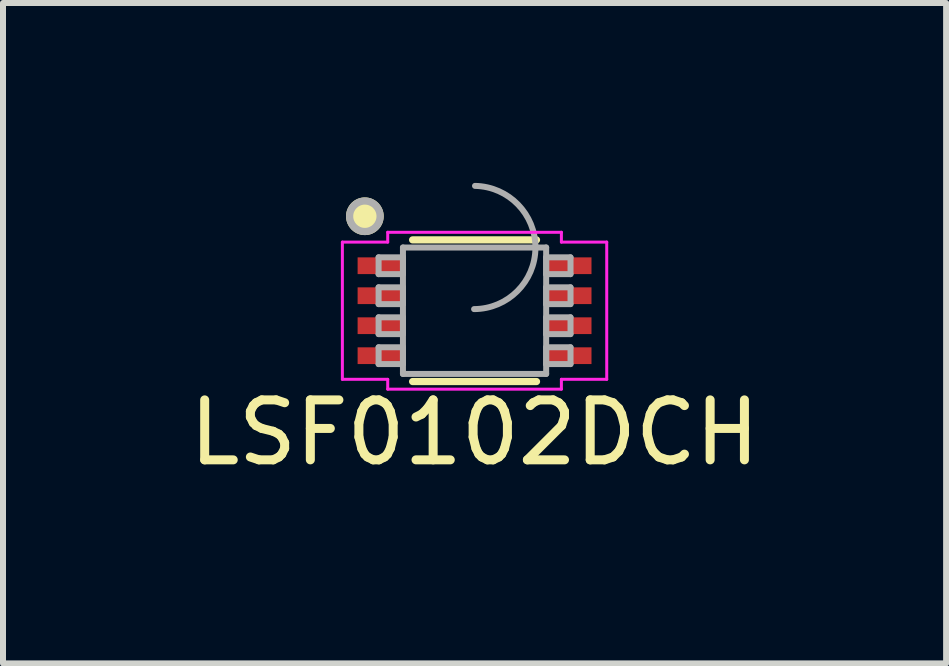
<source format=kicad_pcb>
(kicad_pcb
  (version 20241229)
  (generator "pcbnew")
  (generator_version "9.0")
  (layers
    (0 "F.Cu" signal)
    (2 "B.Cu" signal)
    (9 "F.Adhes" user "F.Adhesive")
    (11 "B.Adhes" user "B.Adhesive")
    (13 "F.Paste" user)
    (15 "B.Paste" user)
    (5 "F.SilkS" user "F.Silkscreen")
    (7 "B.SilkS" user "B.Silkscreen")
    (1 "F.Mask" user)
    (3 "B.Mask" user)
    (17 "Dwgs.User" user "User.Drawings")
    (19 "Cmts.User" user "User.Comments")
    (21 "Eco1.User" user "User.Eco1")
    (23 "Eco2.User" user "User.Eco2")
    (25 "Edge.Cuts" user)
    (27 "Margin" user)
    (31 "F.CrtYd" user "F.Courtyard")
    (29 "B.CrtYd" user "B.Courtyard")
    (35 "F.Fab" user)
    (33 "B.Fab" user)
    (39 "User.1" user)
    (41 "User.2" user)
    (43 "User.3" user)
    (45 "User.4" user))
  (footprint "LSF0102DCH"
    (layer "F.Cu")
    (at 4.863 2.131)
    (property "Reference" "LSF0102DCH" (at 0 2.032 0) (layer "F.SilkS") (effects (font (size 1 1) (thickness 0.15))))
    (attr through_hole)
    (fp_line (start -1.033 1.181) (end 1.033 1.181) (stroke (width 0.12) (type solid)) (layer "F.SilkS"))
    (fp_line (start 1.033 -1.181) (end -1.033 -1.181) (stroke (width 0.12) (type solid)) (layer "F.SilkS"))
    (fp_circle (center -1.829 -1.575) (end -1.575 -1.575) (stroke (width 0.12) (type solid)) (fill yes) (layer "F.SilkS"))
    (fp_line (start -2.204 -1.144) (end -1.448 -1.144) (stroke (width 0.05) (type solid)) (layer "F.CrtYd"))
    (fp_line (start -2.204 1.144) (end -2.204 -1.144) (stroke (width 0.05) (type solid)) (layer "F.CrtYd"))
    (fp_line (start -1.448 -1.308) (end 1.448 -1.308) (stroke (width 0.05) (type solid)) (layer "F.CrtYd"))
    (fp_line (start -1.448 -1.144) (end -1.448 -1.308) (stroke (width 0.05) (type solid)) (layer "F.CrtYd"))
    (fp_line (start -1.448 1.144) (end -2.204 1.144) (stroke (width 0.05) (type solid)) (layer "F.CrtYd"))
    (fp_line (start -1.448 1.308) (end -1.448 1.144) (stroke (width 0.05) (type solid)) (layer "F.CrtYd"))
    (fp_line (start 1.448 -1.308) (end 1.448 -1.144) (stroke (width 0.05) (type solid)) (layer "F.CrtYd"))
    (fp_line (start 1.448 -1.144) (end 2.204 -1.144) (stroke (width 0.05) (type solid)) (layer "F.CrtYd"))
    (fp_line (start 1.448 1.144) (end 1.448 1.308) (stroke (width 0.05) (type solid)) (layer "F.CrtYd"))
    (fp_line (start 1.448 1.308) (end -1.448 1.308) (stroke (width 0.05) (type solid)) (layer "F.CrtYd"))
    (fp_line (start 2.204 -1.144) (end 2.204 1.144) (stroke (width 0.05) (type solid)) (layer "F.CrtYd"))
    (fp_line (start 2.204 1.144) (end 1.448 1.144) (stroke (width 0.05) (type solid)) (layer "F.CrtYd"))
    (fp_line (start -1.6 -0.89) (end -1.6 -0.61) (stroke (width 0.1) (type solid)) (layer "F.Fab"))
    (fp_line (start -1.6 -0.61) (end -1.194 -0.61) (stroke (width 0.1) (type solid)) (layer "F.Fab"))
    (fp_line (start -1.6 -0.39) (end -1.6 -0.11) (stroke (width 0.1) (type solid)) (layer "F.Fab"))
    (fp_line (start -1.6 -0.11) (end -1.194 -0.11) (stroke (width 0.1) (type solid)) (layer "F.Fab"))
    (fp_line (start -1.6 0.11) (end -1.6 0.39) (stroke (width 0.1) (type solid)) (layer "F.Fab"))
    (fp_line (start -1.6 0.39) (end -1.194 0.39) (stroke (width 0.1) (type solid)) (layer "F.Fab"))
    (fp_line (start -1.6 0.61) (end -1.6 0.89) (stroke (width 0.1) (type solid)) (layer "F.Fab"))
    (fp_line (start -1.6 0.89) (end -1.194 0.89) (stroke (width 0.1) (type solid)) (layer "F.Fab"))
    (fp_line (start -1.194 -1.054) (end -1.194 1.054) (stroke (width 0.1) (type solid)) (layer "F.Fab"))
    (fp_line (start -1.194 -0.89) (end -1.6 -0.89) (stroke (width 0.1) (type solid)) (layer "F.Fab"))
    (fp_line (start -1.194 -0.61) (end -1.194 -0.89) (stroke (width 0.1) (type solid)) (layer "F.Fab"))
    (fp_line (start -1.194 -0.39) (end -1.6 -0.39) (stroke (width 0.1) (type solid)) (layer "F.Fab"))
    (fp_line (start -1.194 -0.11) (end -1.194 -0.39) (stroke (width 0.1) (type solid)) (layer "F.Fab"))
    (fp_line (start -1.194 0.11) (end -1.6 0.11) (stroke (width 0.1) (type solid)) (layer "F.Fab"))
    (fp_line (start -1.194 0.39) (end -1.194 0.11) (stroke (width 0.1) (type solid)) (layer "F.Fab"))
    (fp_line (start -1.194 0.61) (end -1.6 0.61) (stroke (width 0.1) (type solid)) (layer "F.Fab"))
    (fp_line (start -1.194 0.89) (end -1.194 0.61) (stroke (width 0.1) (type solid)) (layer "F.Fab"))
    (fp_line (start -1.194 1.054) (end 1.194 1.054) (stroke (width 0.1) (type solid)) (layer "F.Fab"))
    (fp_line (start 1.194 -1.054) (end -1.194 -1.054) (stroke (width 0.1) (type solid)) (layer "F.Fab"))
    (fp_line (start 1.194 -0.89) (end 1.194 -0.61) (stroke (width 0.1) (type solid)) (layer "F.Fab"))
    (fp_line (start 1.194 -0.61) (end 1.6 -0.61) (stroke (width 0.1) (type solid)) (layer "F.Fab"))
    (fp_line (start 1.194 -0.39) (end 1.194 -0.11) (stroke (width 0.1) (type solid)) (layer "F.Fab"))
    (fp_line (start 1.194 -0.11) (end 1.6 -0.11) (stroke (width 0.1) (type solid)) (layer "F.Fab"))
    (fp_line (start 1.194 0.11) (end 1.194 0.39) (stroke (width 0.1) (type solid)) (layer "F.Fab"))
    (fp_line (start 1.194 0.39) (end 1.6 0.39) (stroke (width 0.1) (type solid)) (layer "F.Fab"))
    (fp_line (start 1.194 0.61) (end 1.194 0.89) (stroke (width 0.1) (type solid)) (layer "F.Fab"))
    (fp_line (start 1.194 0.89) (end 1.6 0.89) (stroke (width 0.1) (type solid)) (layer "F.Fab"))
    (fp_line (start 1.194 1.054) (end 1.194 -1.054) (stroke (width 0.1) (type solid)) (layer "F.Fab"))
    (fp_line (start 1.6 -0.89) (end 1.194 -0.89) (stroke (width 0.1) (type solid)) (layer "F.Fab"))
    (fp_line (start 1.6 -0.61) (end 1.6 -0.89) (stroke (width 0.1) (type solid)) (layer "F.Fab"))
    (fp_line (start 1.6 -0.39) (end 1.194 -0.39) (stroke (width 0.1) (type solid)) (layer "F.Fab"))
    (fp_line (start 1.6 -0.11) (end 1.6 -0.39) (stroke (width 0.1) (type solid)) (layer "F.Fab"))
    (fp_line (start 1.6 0.11) (end 1.194 0.11) (stroke (width 0.1) (type solid)) (layer "F.Fab"))
    (fp_line (start 1.6 0.39) (end 1.6 0.11) (stroke (width 0.1) (type solid)) (layer "F.Fab"))
    (fp_line (start 1.6 0.61) (end 1.194 0.61) (stroke (width 0.1) (type solid)) (layer "F.Fab"))
    (fp_line (start 1.6 0.89) (end 1.6 0.61) (stroke (width 0.1) (type solid)) (layer "F.Fab"))
    (fp_arc (start 0.007742 -2.081426) (mid 1.027326 -1.046358) (end -0.007742 -0.026774) (stroke (width 0.1) (type solid)) (layer "F.Fab"))
    (fp_circle (center -1.829 -1.575) (end -1.575 -1.575) (stroke (width 0.12) (type solid)) (fill no) (layer "F.Fab"))
    (pad "1" smd rect (at -1.572 -0.75) (size 0.756 0.279) (layers "F.Cu" "F.Mask" "F.Paste"))
    (pad "2" smd rect (at -1.572 -0.25) (size 0.756 0.279) (layers "F.Cu" "F.Mask" "F.Paste"))
    (pad "3" smd rect (at -1.572 0.25) (size 0.756 0.279) (layers "F.Cu" "F.Mask" "F.Paste"))
    (pad "4" smd rect (at -1.572 0.75) (size 0.756 0.279) (layers "F.Cu" "F.Mask" "F.Paste"))
    (pad "5" smd rect (at 1.572 0.75) (size 0.756 0.279) (layers "F.Cu" "F.Mask" "F.Paste"))
    (pad "6" smd rect (at 1.572 0.25) (size 0.756 0.279) (layers "F.Cu" "F.Mask" "F.Paste"))
    (pad "7" smd rect (at 1.572 -0.25) (size 0.756 0.279) (layers "F.Cu" "F.Mask" "F.Paste"))
    (pad "8" smd rect (at 1.572 -0.75) (size 0.756 0.279) (layers "F.Cu" "F.Mask" "F.Paste")))
  (gr_rect
    (start -3 -3)
    (end 12.726 8.012)
    (stroke (width 0.1) (type default))
    (fill no)
    (layer "Edge.Cuts")))
</source>
